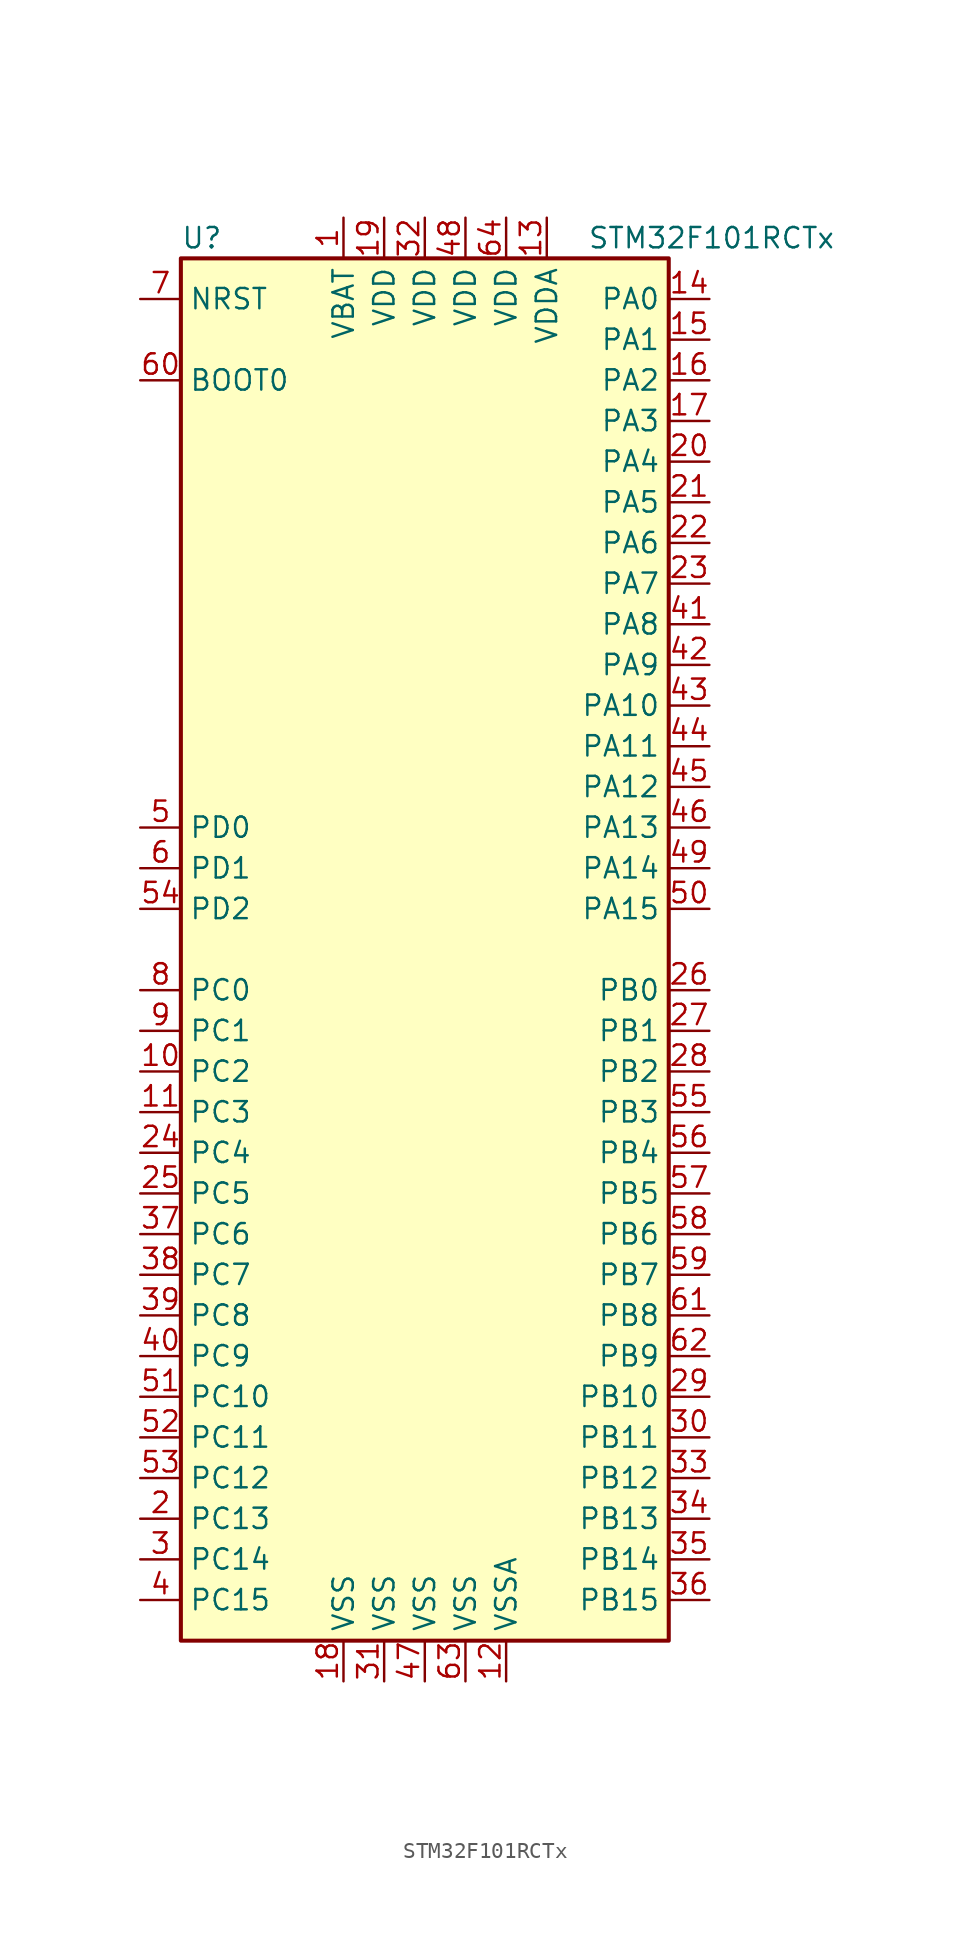
<source format=kicad_sym>
(kicad_symbol_lib
  (version 20201005)
  (generator kicad_symbol_editor)
  (symbol "MCU_ST_STM32F1:STM32F101RCTx"
    (property "Reference" "U"
      (at -15.24 44.45 0)
      (effects (font (size 1.27 1.27)) (justify left)))
    (property "Value" "STM32F101RCTx"
      (at 10.16 44.45 0)
      (effects (font (size 1.27 1.27)) (justify left)))
    (symbol "STM32F101RCTx_0_1"
      (rectangle (start -15.24 -43.18) (end 15.24 43.18) (stroke (width 0.254)) (fill (type background))))
    (symbol "STM32F101RCTx_1_1"
      (pin input line (at -17.78 35.56 0) (length 2.54) (name "BOOT0" (effects (font (size 1.27 1.27)))) (number "60" (effects (font (size 1.27 1.27)))))
      (pin input line (at -17.78 40.64 0) (length 2.54) (name "NRST" (effects (font (size 1.27 1.27)))) (number "7" (effects (font (size 1.27 1.27)))))
      (pin bidirectional line (at 17.78 40.64 180) (length 2.54) (name "PA0" (effects (font (size 1.27 1.27)))) (number "14" (effects (font (size 1.27 1.27)))))
      (pin bidirectional line (at 17.78 38.1 180) (length 2.54) (name "PA1" (effects (font (size 1.27 1.27)))) (number "15" (effects (font (size 1.27 1.27)))))
      (pin bidirectional line (at 17.78 15.24 180) (length 2.54) (name "PA10" (effects (font (size 1.27 1.27)))) (number "43" (effects (font (size 1.27 1.27)))))
      (pin bidirectional line (at 17.78 12.7 180) (length 2.54) (name "PA11" (effects (font (size 1.27 1.27)))) (number "44" (effects (font (size 1.27 1.27)))))
      (pin bidirectional line (at 17.78 10.16 180) (length 2.54) (name "PA12" (effects (font (size 1.27 1.27)))) (number "45" (effects (font (size 1.27 1.27)))))
      (pin bidirectional line (at 17.78 7.62 180) (length 2.54) (name "PA13" (effects (font (size 1.27 1.27)))) (number "46" (effects (font (size 1.27 1.27)))))
      (pin bidirectional line (at 17.78 5.08 180) (length 2.54) (name "PA14" (effects (font (size 1.27 1.27)))) (number "49" (effects (font (size 1.27 1.27)))))
      (pin bidirectional line (at 17.78 2.54 180) (length 2.54) (name "PA15" (effects (font (size 1.27 1.27)))) (number "50" (effects (font (size 1.27 1.27)))))
      (pin bidirectional line (at 17.78 35.56 180) (length 2.54) (name "PA2" (effects (font (size 1.27 1.27)))) (number "16" (effects (font (size 1.27 1.27)))))
      (pin bidirectional line (at 17.78 33.02 180) (length 2.54) (name "PA3" (effects (font (size 1.27 1.27)))) (number "17" (effects (font (size 1.27 1.27)))))
      (pin bidirectional line (at 17.78 30.48 180) (length 2.54) (name "PA4" (effects (font (size 1.27 1.27)))) (number "20" (effects (font (size 1.27 1.27)))))
      (pin bidirectional line (at 17.78 27.94 180) (length 2.54) (name "PA5" (effects (font (size 1.27 1.27)))) (number "21" (effects (font (size 1.27 1.27)))))
      (pin bidirectional line (at 17.78 25.4 180) (length 2.54) (name "PA6" (effects (font (size 1.27 1.27)))) (number "22" (effects (font (size 1.27 1.27)))))
      (pin bidirectional line (at 17.78 22.86 180) (length 2.54) (name "PA7" (effects (font (size 1.27 1.27)))) (number "23" (effects (font (size 1.27 1.27)))))
      (pin bidirectional line (at 17.78 20.32 180) (length 2.54) (name "PA8" (effects (font (size 1.27 1.27)))) (number "41" (effects (font (size 1.27 1.27)))))
      (pin bidirectional line (at 17.78 17.78 180) (length 2.54) (name "PA9" (effects (font (size 1.27 1.27)))) (number "42" (effects (font (size 1.27 1.27)))))
      (pin bidirectional line (at 17.78 -2.54 180) (length 2.54) (name "PB0" (effects (font (size 1.27 1.27)))) (number "26" (effects (font (size 1.27 1.27)))))
      (pin bidirectional line (at 17.78 -5.08 180) (length 2.54) (name "PB1" (effects (font (size 1.27 1.27)))) (number "27" (effects (font (size 1.27 1.27)))))
      (pin bidirectional line (at 17.78 -27.94 180) (length 2.54) (name "PB10" (effects (font (size 1.27 1.27)))) (number "29" (effects (font (size 1.27 1.27)))))
      (pin bidirectional line (at 17.78 -30.48 180) (length 2.54) (name "PB11" (effects (font (size 1.27 1.27)))) (number "30" (effects (font (size 1.27 1.27)))))
      (pin bidirectional line (at 17.78 -33.02 180) (length 2.54) (name "PB12" (effects (font (size 1.27 1.27)))) (number "33" (effects (font (size 1.27 1.27)))))
      (pin bidirectional line (at 17.78 -35.56 180) (length 2.54) (name "PB13" (effects (font (size 1.27 1.27)))) (number "34" (effects (font (size 1.27 1.27)))))
      (pin bidirectional line (at 17.78 -38.1 180) (length 2.54) (name "PB14" (effects (font (size 1.27 1.27)))) (number "35" (effects (font (size 1.27 1.27)))))
      (pin bidirectional line (at 17.78 -40.64 180) (length 2.54) (name "PB15" (effects (font (size 1.27 1.27)))) (number "36" (effects (font (size 1.27 1.27)))))
      (pin bidirectional line (at 17.78 -7.62 180) (length 2.54) (name "PB2" (effects (font (size 1.27 1.27)))) (number "28" (effects (font (size 1.27 1.27)))))
      (pin bidirectional line (at 17.78 -10.16 180) (length 2.54) (name "PB3" (effects (font (size 1.27 1.27)))) (number "55" (effects (font (size 1.27 1.27)))))
      (pin bidirectional line (at 17.78 -12.7 180) (length 2.54) (name "PB4" (effects (font (size 1.27 1.27)))) (number "56" (effects (font (size 1.27 1.27)))))
      (pin bidirectional line (at 17.78 -15.24 180) (length 2.54) (name "PB5" (effects (font (size 1.27 1.27)))) (number "57" (effects (font (size 1.27 1.27)))))
      (pin bidirectional line (at 17.78 -17.78 180) (length 2.54) (name "PB6" (effects (font (size 1.27 1.27)))) (number "58" (effects (font (size 1.27 1.27)))))
      (pin bidirectional line (at 17.78 -20.32 180) (length 2.54) (name "PB7" (effects (font (size 1.27 1.27)))) (number "59" (effects (font (size 1.27 1.27)))))
      (pin bidirectional line (at 17.78 -22.86 180) (length 2.54) (name "PB8" (effects (font (size 1.27 1.27)))) (number "61" (effects (font (size 1.27 1.27)))))
      (pin bidirectional line (at 17.78 -25.4 180) (length 2.54) (name "PB9" (effects (font (size 1.27 1.27)))) (number "62" (effects (font (size 1.27 1.27)))))
      (pin bidirectional line (at -17.78 -2.54 0) (length 2.54) (name "PC0" (effects (font (size 1.27 1.27)))) (number "8" (effects (font (size 1.27 1.27)))))
      (pin bidirectional line (at -17.78 -5.08 0) (length 2.54) (name "PC1" (effects (font (size 1.27 1.27)))) (number "9" (effects (font (size 1.27 1.27)))))
      (pin bidirectional line (at -17.78 -27.94 0) (length 2.54) (name "PC10" (effects (font (size 1.27 1.27)))) (number "51" (effects (font (size 1.27 1.27)))))
      (pin bidirectional line (at -17.78 -30.48 0) (length 2.54) (name "PC11" (effects (font (size 1.27 1.27)))) (number "52" (effects (font (size 1.27 1.27)))))
      (pin bidirectional line (at -17.78 -33.02 0) (length 2.54) (name "PC12" (effects (font (size 1.27 1.27)))) (number "53" (effects (font (size 1.27 1.27)))))
      (pin bidirectional line (at -17.78 -35.56 0) (length 2.54) (name "PC13" (effects (font (size 1.27 1.27)))) (number "2" (effects (font (size 1.27 1.27)))))
      (pin bidirectional line (at -17.78 -38.1 0) (length 2.54) (name "PC14" (effects (font (size 1.27 1.27)))) (number "3" (effects (font (size 1.27 1.27)))))
      (pin bidirectional line (at -17.78 -40.64 0) (length 2.54) (name "PC15" (effects (font (size 1.27 1.27)))) (number "4" (effects (font (size 1.27 1.27)))))
      (pin bidirectional line (at -17.78 -7.62 0) (length 2.54) (name "PC2" (effects (font (size 1.27 1.27)))) (number "10" (effects (font (size 1.27 1.27)))))
      (pin bidirectional line (at -17.78 -10.16 0) (length 2.54) (name "PC3" (effects (font (size 1.27 1.27)))) (number "11" (effects (font (size 1.27 1.27)))))
      (pin bidirectional line (at -17.78 -12.7 0) (length 2.54) (name "PC4" (effects (font (size 1.27 1.27)))) (number "24" (effects (font (size 1.27 1.27)))))
      (pin bidirectional line (at -17.78 -15.24 0) (length 2.54) (name "PC5" (effects (font (size 1.27 1.27)))) (number "25" (effects (font (size 1.27 1.27)))))
      (pin bidirectional line (at -17.78 -17.78 0) (length 2.54) (name "PC6" (effects (font (size 1.27 1.27)))) (number "37" (effects (font (size 1.27 1.27)))))
      (pin bidirectional line (at -17.78 -20.32 0) (length 2.54) (name "PC7" (effects (font (size 1.27 1.27)))) (number "38" (effects (font (size 1.27 1.27)))))
      (pin bidirectional line (at -17.78 -22.86 0) (length 2.54) (name "PC8" (effects (font (size 1.27 1.27)))) (number "39" (effects (font (size 1.27 1.27)))))
      (pin bidirectional line (at -17.78 -25.4 0) (length 2.54) (name "PC9" (effects (font (size 1.27 1.27)))) (number "40" (effects (font (size 1.27 1.27)))))
      (pin input line (at -17.78 7.62 0) (length 2.54) (name "PD0" (effects (font (size 1.27 1.27)))) (number "5" (effects (font (size 1.27 1.27)))))
      (pin input line (at -17.78 5.08 0) (length 2.54) (name "PD1" (effects (font (size 1.27 1.27)))) (number "6" (effects (font (size 1.27 1.27)))))
      (pin bidirectional line (at -17.78 2.54 0) (length 2.54) (name "PD2" (effects (font (size 1.27 1.27)))) (number "54" (effects (font (size 1.27 1.27)))))
      (pin power_in line (at -5.08 45.72 270) (length 2.54) (name "VBAT" (effects (font (size 1.27 1.27)))) (number "1" (effects (font (size 1.27 1.27)))))
      (pin power_in line (at -2.54 45.72 270) (length 2.54) (name "VDD" (effects (font (size 1.27 1.27)))) (number "19" (effects (font (size 1.27 1.27)))))
      (pin power_in line (at 0 45.72 270) (length 2.54) (name "VDD" (effects (font (size 1.27 1.27)))) (number "32" (effects (font (size 1.27 1.27)))))
      (pin power_in line (at 2.54 45.72 270) (length 2.54) (name "VDD" (effects (font (size 1.27 1.27)))) (number "48" (effects (font (size 1.27 1.27)))))
      (pin power_in line (at 5.08 45.72 270) (length 2.54) (name "VDD" (effects (font (size 1.27 1.27)))) (number "64" (effects (font (size 1.27 1.27)))))
      (pin power_in line (at 7.62 45.72 270) (length 2.54) (name "VDDA" (effects (font (size 1.27 1.27)))) (number "13" (effects (font (size 1.27 1.27)))))
      (pin power_in line (at -5.08 -45.72 90) (length 2.54) (name "VSS" (effects (font (size 1.27 1.27)))) (number "18" (effects (font (size 1.27 1.27)))))
      (pin power_in line (at -2.54 -45.72 90) (length 2.54) (name "VSS" (effects (font (size 1.27 1.27)))) (number "31" (effects (font (size 1.27 1.27)))))
      (pin power_in line (at 0 -45.72 90) (length 2.54) (name "VSS" (effects (font (size 1.27 1.27)))) (number "47" (effects (font (size 1.27 1.27)))))
      (pin power_in line (at 2.54 -45.72 90) (length 2.54) (name "VSS" (effects (font (size 1.27 1.27)))) (number "63" (effects (font (size 1.27 1.27)))))
      (pin power_in line (at 5.08 -45.72 90) (length 2.54) (name "VSSA" (effects (font (size 1.27 1.27)))) (number "12" (effects (font (size 1.27 1.27))))))))
</source>
